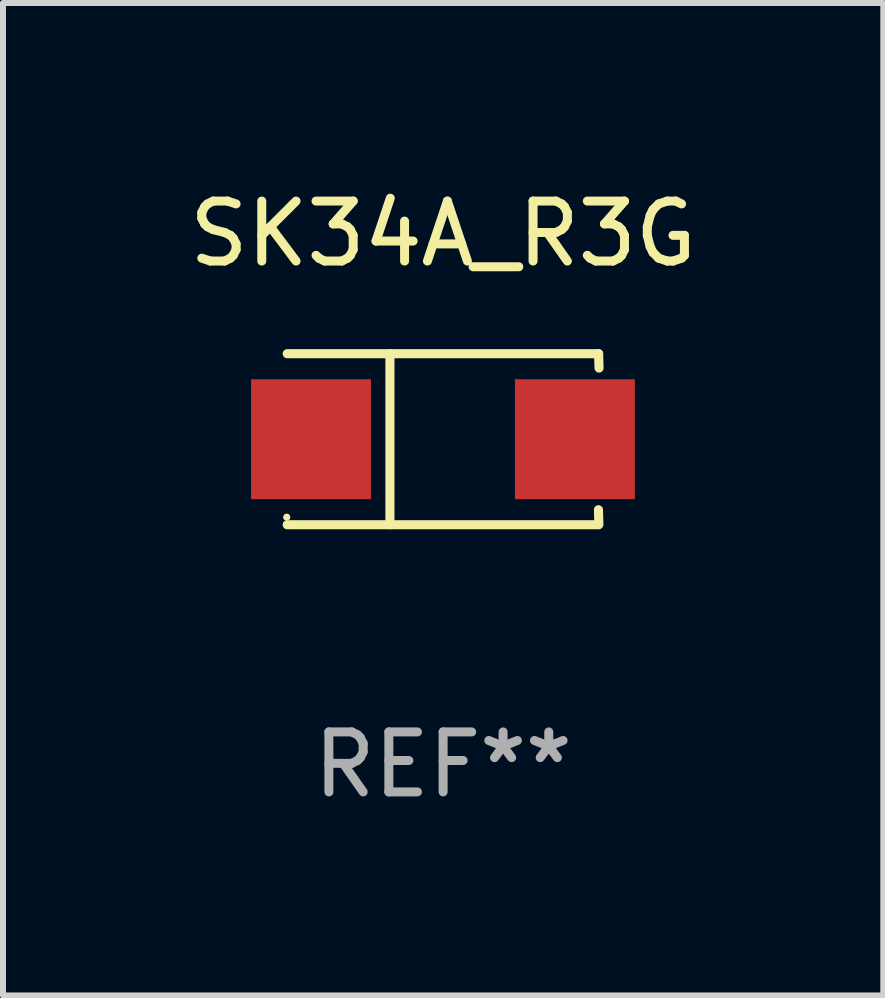
<source format=kicad_pcb>
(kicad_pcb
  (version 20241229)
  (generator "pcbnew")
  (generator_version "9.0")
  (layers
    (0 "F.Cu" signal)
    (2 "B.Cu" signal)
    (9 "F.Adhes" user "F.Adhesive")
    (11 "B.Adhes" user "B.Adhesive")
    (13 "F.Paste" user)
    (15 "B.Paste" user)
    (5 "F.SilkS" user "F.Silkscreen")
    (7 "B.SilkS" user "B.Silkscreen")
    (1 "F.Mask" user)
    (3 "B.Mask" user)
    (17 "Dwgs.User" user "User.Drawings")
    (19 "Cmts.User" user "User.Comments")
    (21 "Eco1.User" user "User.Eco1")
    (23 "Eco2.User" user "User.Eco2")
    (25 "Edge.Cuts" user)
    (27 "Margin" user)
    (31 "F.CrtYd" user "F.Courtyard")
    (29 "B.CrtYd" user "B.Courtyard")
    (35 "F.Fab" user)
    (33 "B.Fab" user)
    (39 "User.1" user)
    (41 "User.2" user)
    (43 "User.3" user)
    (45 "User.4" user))
  (footprint "SK34A_R3G"
    (layer "F.Cu")
    (at 4.339 4.274)
    (property "Reference" "SK34A_R3G" (at 0 -3.426 0) (layer "F.SilkS") (effects (font (size 1 1) (thickness 0.15))))
    (attr through_hole)
    (fp_line (start -2.6 -1.426) (end 2.593 -1.426) (stroke (width 0.152) (type solid)) (layer "F.SilkS"))
    (fp_line (start -2.6 1.426) (end 2.593 1.426) (stroke (width 0.152) (type solid)) (layer "F.SilkS"))
    (fp_line (start -0.887 -1.426) (end -0.887 1.426) (stroke (width 0.152) (type solid)) (layer "F.SilkS"))
    (fp_line (start 2.59 1.176) (end 2.597 1.415) (stroke (width 0.152) (type solid)) (layer "F.SilkS"))
    (fp_line (start 2.593 -1.426) (end 2.6 -1.187) (stroke (width 0.152) (type solid)) (layer "F.SilkS"))
    (fp_circle (center -2.608 1.3) (end -2.578 1.3) (stroke (width 0.06) (type solid)) (fill no) (layer "F.SilkS"))
    (fp_text user "REF**" (at 0 5.426 0) (layer "F.Fab") (effects (font (size 1 1) (thickness 0.15))))
    (pad "1" smd rect (at -2.203 0 180) (size 2 2) (layers "F.Cu" "F.Mask" "F.Paste"))
    (pad "2" smd rect (at 2.197 0 180) (size 2 2) (layers "F.Cu" "F.Mask" "F.Paste")))
  (gr_rect
    (start -3 -3)
    (end 11.679 13.549)
    (stroke (width 0.1) (type default))
    (fill no)
    (layer "Edge.Cuts")))
</source>
